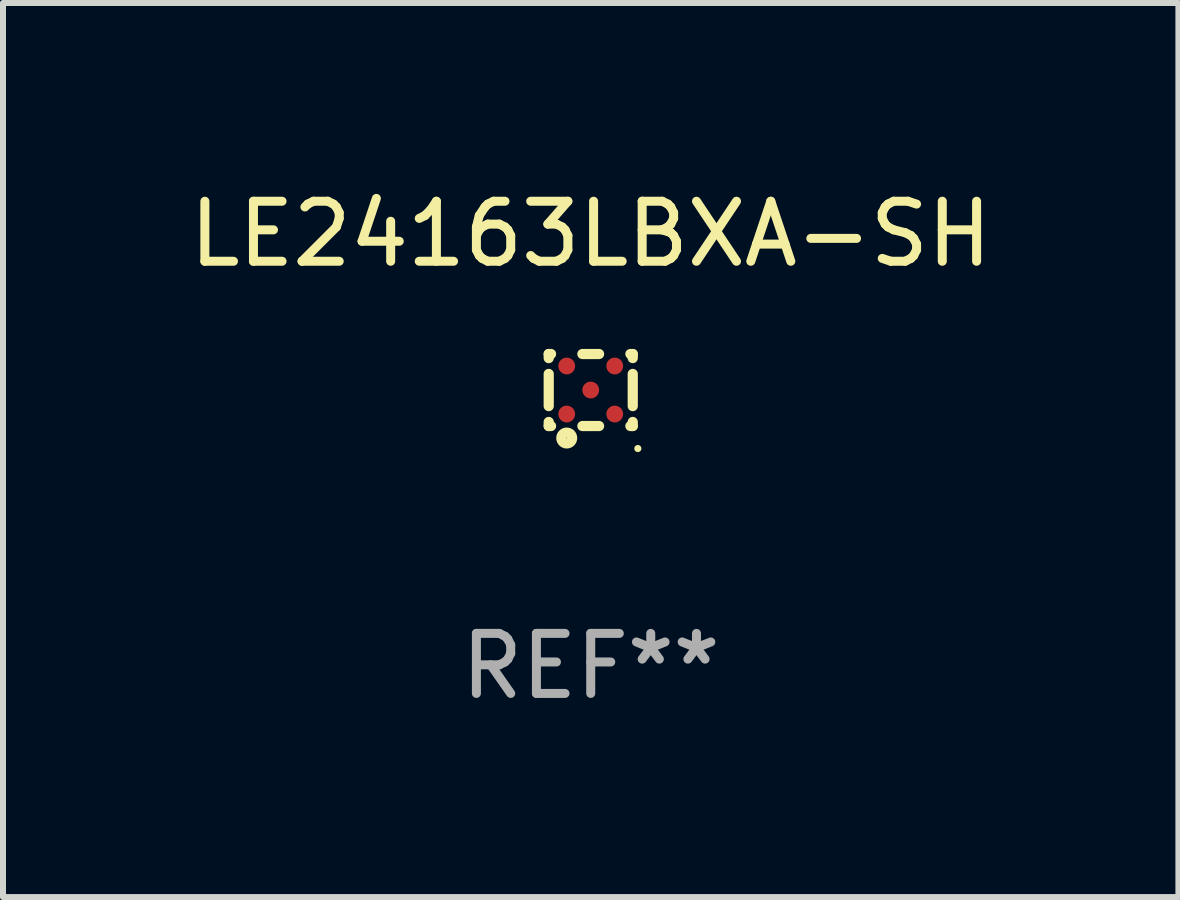
<source format=kicad_pcb>
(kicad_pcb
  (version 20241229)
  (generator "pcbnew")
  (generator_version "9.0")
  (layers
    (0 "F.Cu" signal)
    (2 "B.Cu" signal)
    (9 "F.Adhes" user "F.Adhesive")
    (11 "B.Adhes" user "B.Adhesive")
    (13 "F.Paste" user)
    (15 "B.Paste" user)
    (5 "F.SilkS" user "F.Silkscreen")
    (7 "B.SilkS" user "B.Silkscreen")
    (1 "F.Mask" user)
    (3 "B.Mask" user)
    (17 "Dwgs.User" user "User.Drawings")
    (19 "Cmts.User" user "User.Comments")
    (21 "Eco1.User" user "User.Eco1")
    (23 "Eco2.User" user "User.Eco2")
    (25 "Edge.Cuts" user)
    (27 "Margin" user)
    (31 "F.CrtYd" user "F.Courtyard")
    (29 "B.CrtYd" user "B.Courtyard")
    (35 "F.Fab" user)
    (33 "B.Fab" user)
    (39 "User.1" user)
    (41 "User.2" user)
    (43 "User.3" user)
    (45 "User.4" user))
  (footprint "LE24163LBXA-SH"
    (layer "F.Cu")
    (at 6.792 3.448)
    (property "Reference" "LE24163LBXA-SH" (at 0 -2.6 0) (layer "F.SilkS") (effects (font (size 1 1) (thickness 0.15))))
    (attr through_hole)
    (fp_line (start -0.7 -0.6) (end -0.7 -0.532) (stroke (width 0.17) (type solid)) (layer "F.SilkS"))
    (fp_line (start -0.7 -0.6) (end -0.661 -0.6) (stroke (width 0.17) (type solid)) (layer "F.SilkS"))
    (fp_line (start -0.7 -0.268) (end -0.7 0.268) (stroke (width 0.17) (type solid)) (layer "F.SilkS"))
    (fp_line (start -0.7 0.532) (end -0.7 0.6) (stroke (width 0.17) (type solid)) (layer "F.SilkS"))
    (fp_line (start -0.7 0.6) (end -0.661 0.6) (stroke (width 0.17) (type solid)) (layer "F.SilkS"))
    (fp_line (start -0.139 -0.6) (end 0.139 -0.6) (stroke (width 0.17) (type solid)) (layer "F.SilkS"))
    (fp_line (start -0.139 0.6) (end 0.139 0.6) (stroke (width 0.17) (type solid)) (layer "F.SilkS"))
    (fp_line (start 0.661 -0.6) (end 0.7 -0.6) (stroke (width 0.17) (type solid)) (layer "F.SilkS"))
    (fp_line (start 0.661 0.6) (end 0.7 0.6) (stroke (width 0.17) (type solid)) (layer "F.SilkS"))
    (fp_line (start 0.7 -0.6) (end 0.7 -0.532) (stroke (width 0.17) (type solid)) (layer "F.SilkS"))
    (fp_line (start 0.7 -0.268) (end 0.7 0.268) (stroke (width 0.17) (type solid)) (layer "F.SilkS"))
    (fp_line (start 0.7 0.532) (end 0.7 0.6) (stroke (width 0.17) (type solid)) (layer "F.SilkS"))
    (fp_circle (center -0.4 0.8) (end -0.31 0.8) (stroke (width 0.17) (type solid)) (fill no) (layer "F.SilkS"))
    (fp_circle (center 0.785 0.975) (end 0.815 0.975) (stroke (width 0.06) (type solid)) (fill no) (layer "F.SilkS"))
    (fp_text user "REF**" (at 0 4.6 0) (layer "F.Fab") (effects (font (size 1 1) (thickness 0.15))))
    (pad "A1" smd circle (at -0.4 0.4) (size 0.28 0.28) (layers "F.Cu" "F.Mask" "F.Paste"))
    (pad "A2" smd circle (at -0.4 -0.4) (size 0.28 0.28) (layers "F.Cu" "F.Mask" "F.Paste"))
    (pad "B1" smd circle (at 0.000013 0.000102) (size 0.28 0.28) (layers "F.Cu" "F.Mask" "F.Paste"))
    (pad "C1" smd circle (at 0.4 0.4) (size 0.28 0.28) (layers "F.Cu" "F.Mask" "F.Paste"))
    (pad "C2" smd circle (at 0.4 -0.4) (size 0.28 0.28) (layers "F.Cu" "F.Mask" "F.Paste")))
  (gr_rect
    (start -3 -3)
    (end 16.583 11.896)
    (stroke (width 0.1) (type default))
    (fill no)
    (layer "Edge.Cuts")))
</source>
